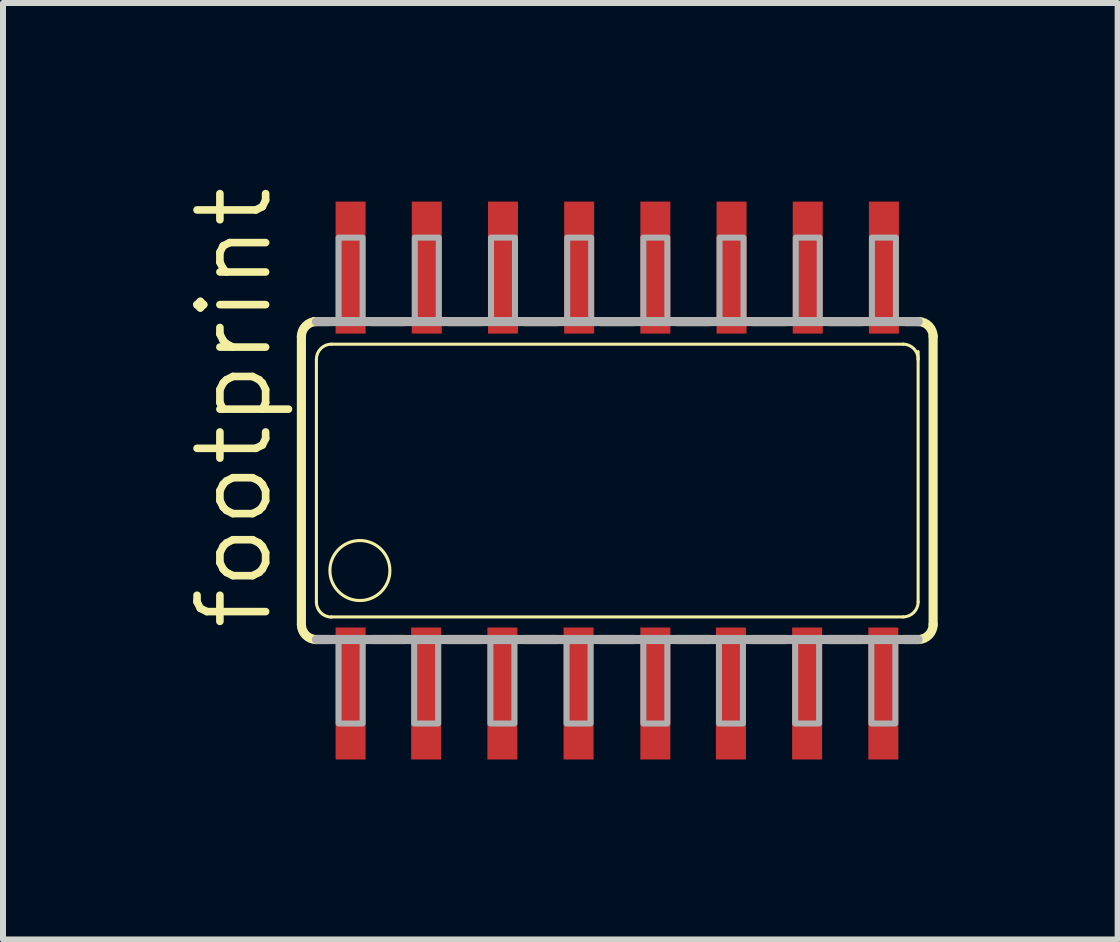
<source format=kicad_pcb>
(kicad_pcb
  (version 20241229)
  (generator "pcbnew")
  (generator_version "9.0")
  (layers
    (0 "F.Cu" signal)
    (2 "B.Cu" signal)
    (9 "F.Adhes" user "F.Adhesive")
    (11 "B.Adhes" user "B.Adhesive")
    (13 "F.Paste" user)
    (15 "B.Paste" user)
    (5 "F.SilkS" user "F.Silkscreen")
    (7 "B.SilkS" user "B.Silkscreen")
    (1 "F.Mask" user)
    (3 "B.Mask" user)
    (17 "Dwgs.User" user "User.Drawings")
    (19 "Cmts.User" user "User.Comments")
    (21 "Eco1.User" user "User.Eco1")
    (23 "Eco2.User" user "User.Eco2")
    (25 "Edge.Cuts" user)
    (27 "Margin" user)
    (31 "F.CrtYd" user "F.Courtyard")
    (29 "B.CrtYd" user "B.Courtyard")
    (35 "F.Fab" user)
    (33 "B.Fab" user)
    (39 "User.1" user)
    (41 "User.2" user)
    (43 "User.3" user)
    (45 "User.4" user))
  (footprint "footprint"
    (layer "F.Cu")
    (at 7.239 4.96)
    (property "Reference" "footprint" (at -5.715 2.54 90) (layer "F.SilkS") (effects (font (size 1.143 1.143) (thickness 0.127)) (justify left bottom)))
    (fp_line (start -5.265 2.4) (end -5.265 -2.4) (stroke (width 0.152) (type solid)) (layer "F.SilkS"))
    (fp_line (start -5.05 -2.65) (end -4.801 -2.65) (stroke (width 0.152) (type solid)) (layer "F.SilkS"))
    (fp_line (start -5.02 2.65) (end -4.801 2.65) (stroke (width 0.152) (type solid)) (layer "F.SilkS"))
    (fp_line (start -5.015 2.026) (end -5.015 -2.023) (stroke (width 0.051) (type solid)) (layer "F.SilkS"))
    (fp_line (start -4.764 -2.273) (end 4.765 -2.273) (stroke (width 0.051) (type solid)) (layer "F.SilkS"))
    (fp_line (start -4.089 -2.65) (end -3.531 -2.65) (stroke (width 0.152) (type solid)) (layer "F.SilkS"))
    (fp_line (start -4.089 2.65) (end -3.541 2.65) (stroke (width 0.152) (type solid)) (layer "F.SilkS"))
    (fp_line (start -2.829 2.65) (end -2.271 2.65) (stroke (width 0.152) (type solid)) (layer "F.SilkS"))
    (fp_line (start -2.819 -2.65) (end -2.261 -2.65) (stroke (width 0.152) (type solid)) (layer "F.SilkS"))
    (fp_line (start -1.559 2.65) (end -1.001 2.65) (stroke (width 0.152) (type solid)) (layer "F.SilkS"))
    (fp_line (start -1.549 -2.65) (end -0.991 -2.65) (stroke (width 0.152) (type solid)) (layer "F.SilkS"))
    (fp_line (start -0.289 2.65) (end 0.279 2.65) (stroke (width 0.152) (type solid)) (layer "F.SilkS"))
    (fp_line (start 0.279 -2.65) (end -0.279 -2.65) (stroke (width 0.152) (type solid)) (layer "F.SilkS"))
    (fp_line (start 0.991 -2.65) (end 1.549 -2.65) (stroke (width 0.152) (type solid)) (layer "F.SilkS"))
    (fp_line (start 0.991 2.65) (end 1.539 2.65) (stroke (width 0.152) (type solid)) (layer "F.SilkS"))
    (fp_line (start 2.251 2.65) (end 2.809 2.65) (stroke (width 0.152) (type solid)) (layer "F.SilkS"))
    (fp_line (start 2.819 -2.65) (end 2.261 -2.65) (stroke (width 0.152) (type solid)) (layer "F.SilkS"))
    (fp_line (start 3.521 2.65) (end 4.079 2.65) (stroke (width 0.152) (type solid)) (layer "F.SilkS"))
    (fp_line (start 4.089 -2.65) (end 3.531 -2.65) (stroke (width 0.152) (type solid)) (layer "F.SilkS"))
    (fp_line (start 4.765 2.273) (end -4.77 2.273) (stroke (width 0.051) (type solid)) (layer "F.SilkS"))
    (fp_line (start 4.791 2.65) (end 5.01 2.65) (stroke (width 0.152) (type solid)) (layer "F.SilkS"))
    (fp_line (start 5.015 -2.15) (end 5.015 -2.023) (stroke (width 0.051) (type solid)) (layer "F.SilkS"))
    (fp_line (start 5.015 -2.023) (end 5.015 2.023) (stroke (width 0.051) (type solid)) (layer "F.SilkS"))
    (fp_line (start 5.02 -2.65) (end 4.801 -2.65) (stroke (width 0.152) (type solid)) (layer "F.SilkS"))
    (fp_line (start 5.265 -2.4) (end 5.265 2.4) (stroke (width 0.152) (type solid)) (layer "F.SilkS"))
    (fp_arc (start -5.265 -2.4) (mid -5.191777 -2.576777) (end -5.015 -2.65) (stroke (width 0.1524) (type solid)) (layer "F.SilkS"))
    (fp_arc (start -5.019998 2.65) (mid -5.193552 2.575033) (end -5.265 2.4) (stroke (width 0.1524) (type solid)) (layer "F.SilkS"))
    (fp_arc (start -5.015 -2.023) (mid -4.941434 -2.200202) (end -4.763998 -2.2732) (stroke (width 0.0508) (type solid)) (layer "F.SilkS"))
    (fp_arc (start -5.015 2.65) (mid -5.0175 2.650012) (end -5.02 2.65) (stroke (width 0.1524) (type solid)) (layer "F.SilkS"))
    (fp_arc (start -4.765 2.276) (mid -4.941777 2.202777) (end -5.015 2.026) (stroke (width 0.0508) (type solid)) (layer "F.SilkS"))
    (fp_arc (start 4.765 -2.273) (mid 4.941777 -2.199777) (end 5.015 -2.023) (stroke (width 0.0508) (type solid)) (layer "F.SilkS"))
    (fp_arc (start 5.015 -2.65) (mid 5.0175 -2.650012) (end 5.02 -2.65) (stroke (width 0.1524) (type solid)) (layer "F.SilkS"))
    (fp_arc (start 5.015 2.023) (mid 4.941777 2.199777) (end 4.765 2.273) (stroke (width 0.0508) (type solid)) (layer "F.SilkS"))
    (fp_arc (start 5.02 -2.65) (mid 5.193554 -2.575031) (end 5.265 -2.399998) (stroke (width 0.1524) (type solid)) (layer "F.SilkS"))
    (fp_arc (start 5.265 2.4) (mid 5.191777 2.576777) (end 5.015 2.65) (stroke (width 0.1524) (type solid)) (layer "F.SilkS"))
    (fp_circle (center -4.29 1.5) (end -3.79 1.5) (stroke (width 0.051) (type solid)) (fill no) (layer "F.SilkS"))
    (fp_line (start -5.015 -2.65) (end 5.015 -2.65) (stroke (width 0.152) (type solid)) (layer "F.Fab"))
    (fp_line (start 5.015 2.65) (end -5.015 2.65) (stroke (width 0.152) (type solid)) (layer "F.Fab"))
    (fp_poly (pts (xy -4.645 -2.65) (xy -4.245 -2.65) (xy -4.245 -4.05) (xy -4.645 -4.05)) (stroke (width 0.1) (type solid)) (fill no) (layer "F.Fab"))
    (fp_poly (pts (xy -4.645 4.05) (xy -4.245 4.05) (xy -4.245 2.65) (xy -4.645 2.65)) (stroke (width 0.1) (type solid)) (fill no) (layer "F.Fab"))
    (fp_poly (pts (xy -3.385 4.05) (xy -2.985 4.05) (xy -2.985 2.65) (xy -3.385 2.65)) (stroke (width 0.1) (type solid)) (fill no) (layer "F.Fab"))
    (fp_poly (pts (xy -3.375 -2.65) (xy -2.975 -2.65) (xy -2.975 -4.05) (xy -3.375 -4.05)) (stroke (width 0.1) (type solid)) (fill no) (layer "F.Fab"))
    (fp_poly (pts (xy -2.115 4.05) (xy -1.715 4.05) (xy -1.715 2.65) (xy -2.115 2.65)) (stroke (width 0.1) (type solid)) (fill no) (layer "F.Fab"))
    (fp_poly (pts (xy -2.105 -2.65) (xy -1.705 -2.65) (xy -1.705 -4.05) (xy -2.105 -4.05)) (stroke (width 0.1) (type solid)) (fill no) (layer "F.Fab"))
    (fp_poly (pts (xy -0.845 4.05) (xy -0.445 4.05) (xy -0.445 2.65) (xy -0.845 2.65)) (stroke (width 0.1) (type solid)) (fill no) (layer "F.Fab"))
    (fp_poly (pts (xy -0.835 -2.65) (xy -0.435 -2.65) (xy -0.435 -4.05) (xy -0.835 -4.05)) (stroke (width 0.1) (type solid)) (fill no) (layer "F.Fab"))
    (fp_poly (pts (xy 0.435 -2.65) (xy 0.835 -2.65) (xy 0.835 -4.05) (xy 0.435 -4.05)) (stroke (width 0.1) (type solid)) (fill no) (layer "F.Fab"))
    (fp_poly (pts (xy 0.435 4.05) (xy 0.835 4.05) (xy 0.835 2.65) (xy 0.435 2.65)) (stroke (width 0.1) (type solid)) (fill no) (layer "F.Fab"))
    (fp_poly (pts (xy 1.695 4.05) (xy 2.095 4.05) (xy 2.095 2.65) (xy 1.695 2.65)) (stroke (width 0.1) (type solid)) (fill no) (layer "F.Fab"))
    (fp_poly (pts (xy 1.705 -2.65) (xy 2.105 -2.65) (xy 2.105 -4.05) (xy 1.705 -4.05)) (stroke (width 0.1) (type solid)) (fill no) (layer "F.Fab"))
    (fp_poly (pts (xy 2.965 4.05) (xy 3.365 4.05) (xy 3.365 2.65) (xy 2.965 2.65)) (stroke (width 0.1) (type solid)) (fill no) (layer "F.Fab"))
    (fp_poly (pts (xy 2.975 -2.65) (xy 3.375 -2.65) (xy 3.375 -4.05) (xy 2.975 -4.05)) (stroke (width 0.1) (type solid)) (fill no) (layer "F.Fab"))
    (fp_poly (pts (xy 4.235 4.05) (xy 4.635 4.05) (xy 4.635 2.65) (xy 4.235 2.65)) (stroke (width 0.1) (type solid)) (fill no) (layer "F.Fab"))
    (fp_poly (pts (xy 4.245 -2.65) (xy 4.645 -2.65) (xy 4.645 -4.05) (xy 4.245 -4.05)) (stroke (width 0.1) (type solid)) (fill no) (layer "F.Fab"))
    (pad "1" smd rect (at -4.445 3.55) (size 0.5 2.2) (layers "F.Cu" "F.Mask" "F.Paste"))
    (pad "2" smd rect (at -3.185 3.55) (size 0.5 2.2) (layers "F.Cu" "F.Mask" "F.Paste"))
    (pad "3" smd rect (at -1.915 3.55) (size 0.5 2.2) (layers "F.Cu" "F.Mask" "F.Paste"))
    (pad "4" smd rect (at -0.645 3.55) (size 0.5 2.2) (layers "F.Cu" "F.Mask" "F.Paste"))
    (pad "5" smd rect (at 0.635 3.55) (size 0.5 2.2) (layers "F.Cu" "F.Mask" "F.Paste"))
    (pad "6" smd rect (at 1.895 3.55) (size 0.5 2.2) (layers "F.Cu" "F.Mask" "F.Paste"))
    (pad "7" smd rect (at 3.165 3.55) (size 0.5 2.2) (layers "F.Cu" "F.Mask" "F.Paste"))
    (pad "8" smd rect (at 4.435 3.55) (size 0.5 2.2) (layers "F.Cu" "F.Mask" "F.Paste"))
    (pad "9" smd rect (at 4.445 -3.55) (size 0.5 2.2) (layers "F.Cu" "F.Mask" "F.Paste"))
    (pad "10" smd rect (at 3.175 -3.55) (size 0.5 2.2) (layers "F.Cu" "F.Mask" "F.Paste"))
    (pad "11" smd rect (at 1.905 -3.55) (size 0.5 2.2) (layers "F.Cu" "F.Mask" "F.Paste"))
    (pad "12" smd rect (at 0.635 -3.55) (size 0.5 2.2) (layers "F.Cu" "F.Mask" "F.Paste"))
    (pad "13" smd rect (at -0.635 -3.55) (size 0.5 2.2) (layers "F.Cu" "F.Mask" "F.Paste"))
    (pad "14" smd rect (at -1.905 -3.55) (size 0.5 2.2) (layers "F.Cu" "F.Mask" "F.Paste"))
    (pad "15" smd rect (at -3.175 -3.55) (size 0.5 2.2) (layers "F.Cu" "F.Mask" "F.Paste"))
    (pad "16" smd rect (at -4.445 -3.55) (size 0.5 2.2) (layers "F.Cu" "F.Mask" "F.Paste")))
  (gr_rect
    (start -3 -3)
    (end 15.58 12.61)
    (stroke (width 0.1) (type default))
    (fill no)
    (layer "Edge.Cuts")))
</source>
